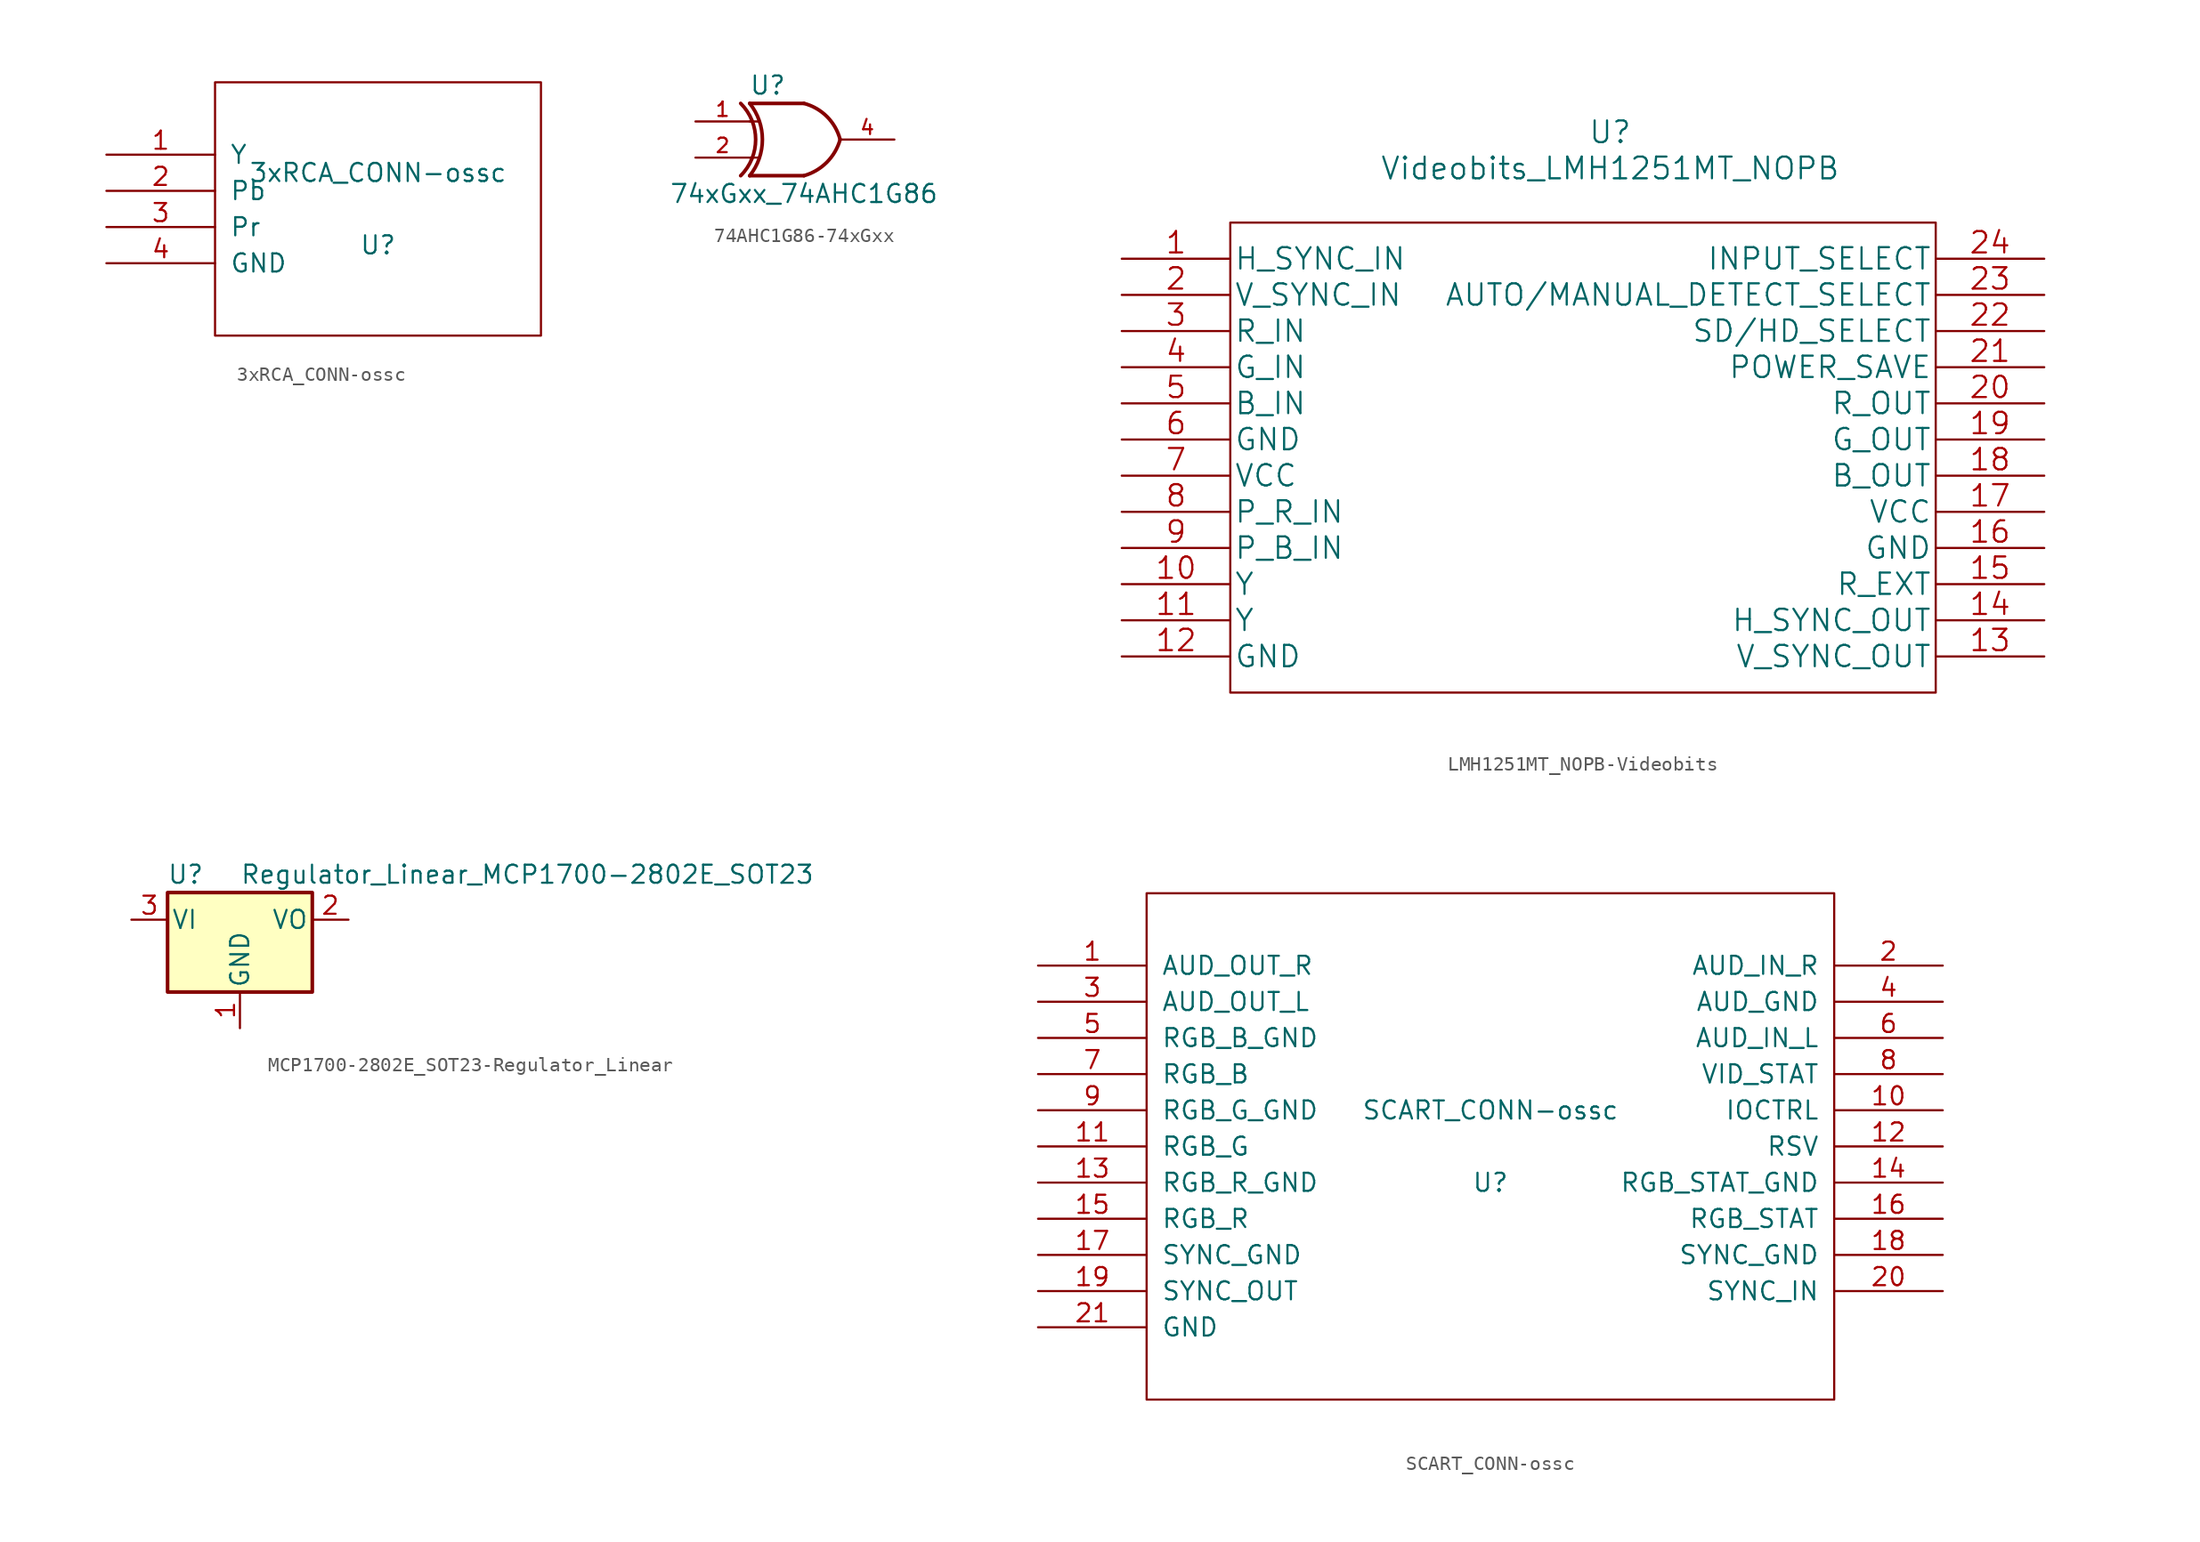
<source format=kicad_sym>
(kicad_symbol_lib
  (version 20231120)
  (generator "kicad_symbol_editor")
  (generator_version "8.0")
  (symbol "3xRCA_CONN-ossc"
    (pin_names
      (offset 1.016))
    (property "Reference" "U"
      (at 0 -2.54 0)
      (effects (font (size 1.27 1.27))))
    (property "Value" "3xRCA_CONN-ossc"
      (at 0 2.54 0)
      (effects (font (size 1.27 1.27))))
    (symbol "3xRCA_CONN-ossc_1_0"
      (rectangle (start -11.43 -8.89) (end 11.43 8.89) (stroke (width 0) (type solid)) (fill (type none))))
    (symbol "3xRCA_CONN-ossc_1_1"
      (pin output line (at -19.05 3.81 0) (length 7.62) (name "Y" (effects (font (size 1.27 1.27)))) (number "1" (effects (font (size 1.27 1.27)))))
      (pin output line (at -19.05 1.27 0) (length 7.62) (name "Pb" (effects (font (size 1.27 1.27)))) (number "2" (effects (font (size 1.27 1.27)))))
      (pin output line (at -19.05 -1.27 0) (length 7.62) (name "Pr" (effects (font (size 1.27 1.27)))) (number "3" (effects (font (size 1.27 1.27)))))
      (pin power_in line (at -19.05 -3.81 0) (length 7.62) (name "GND" (effects (font (size 1.27 1.27)))) (number "4" (effects (font (size 1.27 1.27)))))))
  (symbol "74AHC1G86-74xGxx"
    (pin_names
      (offset 1.016))
    (property "Reference" "U"
      (at -2.54 3.81 0)
      (effects (font (size 1.27 1.27))))
    (property "Value" "74xGxx_74AHC1G86"
      (at 0 -3.81 0)
      (effects (font (size 1.27 1.27))))
    (symbol "74AHC1G86-74xGxx_0_1"
      (arc (start -4.445 -2.54) (mid -3.3929 0) (end -4.445 2.54) (stroke (width 0.254) (type solid)) (fill (type none)))
      (arc (start -3.81 -2.54) (mid -2.919 0) (end -3.81 2.54) (stroke (width 0.254) (type solid)) (fill (type none)))
      (arc (start 0 -2.54) (mid 1.5993 -1.6027) (end 2.54 0) (stroke (width 0.254) (type solid)) (fill (type none)))
      (polyline (pts (xy -3.81 -1.27) (xy -3.175 -1.27)) (stroke (width 0) (type solid)) (fill (type none)))
      (polyline (pts (xy -3.81 1.27) (xy -3.175 1.27)) (stroke (width 0) (type solid)) (fill (type none)))
      (polyline (pts (xy 0 -2.54) (xy -3.81 -2.54)) (stroke (width 0.254) (type solid)) (fill (type background)))
      (polyline (pts (xy 0 2.54) (xy -3.81 2.54)) (stroke (width 0.254) (type solid)) (fill (type background)))
      (arc (start 2.54 0) (mid 1.6119 1.6152) (end 0 2.54) (stroke (width 0.254) (type solid)) (fill (type none))))
    (symbol "74AHC1G86-74xGxx_1_1"
      (pin input line (at -7.62 1.27 0) (length 3.81) (name "~" (effects (font (size 1.016 1.016)))) (number "1" (effects (font (size 1.016 1.016)))))
      (pin input line (at -7.62 -1.27 0) (length 3.81) (name "~" (effects (font (size 1.016 1.016)))) (number "2" (effects (font (size 1.016 1.016)))))
      (pin power_in line (at 0 -2.54 270) (length 0) hide (name "GND" (effects (font (size 1.016 1.016)))) (number "3" (effects (font (size 1.016 1.016)))))
      (pin output line (at 6.35 0 180) (length 3.81) (name "~" (effects (font (size 1.016 1.016)))) (number "4" (effects (font (size 1.016 1.016)))))
      (pin power_in line (at 0 2.54 90) (length 0) hide (name "VCC" (effects (font (size 1.016 1.016)))) (number "5" (effects (font (size 1.016 1.016)))))))
  (symbol "LMH1251MT_NOPB-Videobits"
    (pin_names
      (offset 0.254))
    (property "Reference" "U"
      (at 58.42 10.16 0)
      (effects (font (size 1.524 1.524))))
    (property "Value" "Videobits_LMH1251MT_NOPB"
      (at 58.42 7.62 0)
      (effects (font (size 1.524 1.524))))
    (property "Datasheet" ""
      (at 24.13 1.27 0)
      (effects (font (size 1.524 1.524))))
    (symbol "LMH1251MT_NOPB-Videobits_0_1"
      (polyline (pts (xy 31.75 3.81) (xy 31.75 -29.21) (xy 81.28 -29.21) (xy 81.28 3.81) (xy 31.75 3.81)) (stroke (width 0) (type solid)) (fill (type none))))
    (symbol "LMH1251MT_NOPB-Videobits_1_0"
      (pin input line (at 24.13 1.27 0) (length 7.62) (name "H_SYNC_IN" (effects (font (size 1.499 1.499)))) (number "1" (effects (font (size 1.499 1.499)))))
      (pin input line (at 24.13 -21.59 0) (length 7.62) (name "Y" (effects (font (size 1.499 1.499)))) (number "10" (effects (font (size 1.499 1.499)))))
      (pin input line (at 24.13 -24.13 0) (length 7.62) (name "Y" (effects (font (size 1.499 1.499)))) (number "11" (effects (font (size 1.499 1.499)))))
      (pin power_in line (at 24.13 -26.67 0) (length 7.62) (name "GND" (effects (font (size 1.499 1.499)))) (number "12" (effects (font (size 1.499 1.499)))))
      (pin output line (at 88.9 -26.67 180) (length 7.62) (name "V_SYNC_OUT" (effects (font (size 1.499 1.499)))) (number "13" (effects (font (size 1.499 1.499)))))
      (pin output line (at 88.9 -24.13 180) (length 7.62) (name "H_SYNC_OUT" (effects (font (size 1.499 1.499)))) (number "14" (effects (font (size 1.499 1.499)))))
      (pin unspecified line (at 88.9 -21.59 180) (length 7.62) (name "R_EXT" (effects (font (size 1.499 1.499)))) (number "15" (effects (font (size 1.499 1.499)))))
      (pin power_in line (at 88.9 -19.05 180) (length 7.62) (name "GND" (effects (font (size 1.499 1.499)))) (number "16" (effects (font (size 1.499 1.499)))))
      (pin power_in line (at 88.9 -16.51 180) (length 7.62) (name "VCC" (effects (font (size 1.499 1.499)))) (number "17" (effects (font (size 1.499 1.499)))))
      (pin output line (at 88.9 -13.97 180) (length 7.62) (name "B_OUT" (effects (font (size 1.499 1.499)))) (number "18" (effects (font (size 1.499 1.499)))))
      (pin output line (at 88.9 -11.43 180) (length 7.62) (name "G_OUT" (effects (font (size 1.499 1.499)))) (number "19" (effects (font (size 1.499 1.499)))))
      (pin input line (at 24.13 -1.27 0) (length 7.62) (name "V_SYNC_IN" (effects (font (size 1.499 1.499)))) (number "2" (effects (font (size 1.499 1.499)))))
      (pin output line (at 88.9 -8.89 180) (length 7.62) (name "R_OUT" (effects (font (size 1.499 1.499)))) (number "20" (effects (font (size 1.499 1.499)))))
      (pin unspecified line (at 88.9 -6.35 180) (length 7.62) (name "POWER_SAVE" (effects (font (size 1.499 1.499)))) (number "21" (effects (font (size 1.499 1.499)))))
      (pin unspecified line (at 88.9 -3.81 180) (length 7.62) (name "SD/HD_SELECT" (effects (font (size 1.499 1.499)))) (number "22" (effects (font (size 1.499 1.499)))))
      (pin unspecified line (at 88.9 -1.27 180) (length 7.62) (name "AUTO/MANUAL_DETECT_SELECT" (effects (font (size 1.499 1.499)))) (number "23" (effects (font (size 1.499 1.499)))))
      (pin unspecified line (at 88.9 1.27 180) (length 7.62) (name "INPUT_SELECT" (effects (font (size 1.499 1.499)))) (number "24" (effects (font (size 1.499 1.499)))))
      (pin input line (at 24.13 -3.81 0) (length 7.62) (name "R_IN" (effects (font (size 1.499 1.499)))) (number "3" (effects (font (size 1.499 1.499)))))
      (pin input line (at 24.13 -6.35 0) (length 7.62) (name "G_IN" (effects (font (size 1.499 1.499)))) (number "4" (effects (font (size 1.499 1.499)))))
      (pin input line (at 24.13 -8.89 0) (length 7.62) (name "B_IN" (effects (font (size 1.499 1.499)))) (number "5" (effects (font (size 1.499 1.499)))))
      (pin power_in line (at 24.13 -11.43 0) (length 7.62) (name "GND" (effects (font (size 1.499 1.499)))) (number "6" (effects (font (size 1.499 1.499)))))
      (pin power_in line (at 24.13 -13.97 0) (length 7.62) (name "VCC" (effects (font (size 1.499 1.499)))) (number "7" (effects (font (size 1.499 1.499)))))
      (pin input line (at 24.13 -16.51 0) (length 7.62) (name "P_R_IN" (effects (font (size 1.499 1.499)))) (number "8" (effects (font (size 1.499 1.499)))))
      (pin input line (at 24.13 -19.05 0) (length 7.62) (name "P_B_IN" (effects (font (size 1.499 1.499)))) (number "9" (effects (font (size 1.499 1.499)))))))
  (symbol "MCP1700-2802E_SOT23-Regulator_Linear"
    (pin_names
      (offset 0.254))
    (property "Reference" "U"
      (at -3.81 3.175 0)
      (effects (font (size 1.27 1.27))))
    (property "Value" "Regulator_Linear_MCP1700-2802E_SOT23"
      (at 0 3.175 0)
      (effects (font (size 1.27 1.27)) (justify left)))
    (symbol "MCP1700-2802E_SOT23-Regulator_Linear_0_1"
      (rectangle (start -5.08 1.905) (end 5.08 -5.08) (stroke (width 0.254) (type solid)) (fill (type background))))
    (symbol "MCP1700-2802E_SOT23-Regulator_Linear_1_1"
      (pin power_in line (at 0 -7.62 90) (length 2.54) (name "GND" (effects (font (size 1.27 1.27)))) (number "1" (effects (font (size 1.27 1.27)))))
      (pin power_out line (at 7.62 0 180) (length 2.54) (name "VO" (effects (font (size 1.27 1.27)))) (number "2" (effects (font (size 1.27 1.27)))))
      (pin power_in line (at -7.62 0 0) (length 2.54) (name "VI" (effects (font (size 1.27 1.27)))) (number "3" (effects (font (size 1.27 1.27)))))))
  (symbol "SCART_CONN-ossc"
    (pin_names
      (offset 1.016))
    (property "Reference" "U"
      (at 0 -2.54 0)
      (effects (font (size 1.27 1.27))))
    (property "Value" "SCART_CONN-ossc"
      (at 0 2.54 0)
      (effects (font (size 1.27 1.27))))
    (symbol "SCART_CONN-ossc_1_0"
      (rectangle (start -24.13 -17.78) (end 24.13 17.78) (stroke (width 0) (type solid)) (fill (type none))))
    (symbol "SCART_CONN-ossc_1_1"
      (pin input line (at -31.75 12.7 0) (length 7.62) (name "AUD_OUT_R" (effects (font (size 1.27 1.27)))) (number "1" (effects (font (size 1.27 1.27)))))
      (pin output line (at 31.75 2.54 180) (length 7.62) (name "IOCTRL" (effects (font (size 1.27 1.27)))) (number "10" (effects (font (size 1.27 1.27)))))
      (pin output line (at -31.75 0 0) (length 7.62) (name "RGB_G" (effects (font (size 1.27 1.27)))) (number "11" (effects (font (size 1.27 1.27)))))
      (pin output line (at 31.75 0 180) (length 7.62) (name "RSV" (effects (font (size 1.27 1.27)))) (number "12" (effects (font (size 1.27 1.27)))))
      (pin power_in line (at -31.75 -2.54 0) (length 7.62) (name "RGB_R_GND" (effects (font (size 1.27 1.27)))) (number "13" (effects (font (size 1.27 1.27)))))
      (pin power_in line (at 31.75 -2.54 180) (length 7.62) (name "RGB_STAT_GND" (effects (font (size 1.27 1.27)))) (number "14" (effects (font (size 1.27 1.27)))))
      (pin output line (at -31.75 -5.08 0) (length 7.62) (name "RGB_R" (effects (font (size 1.27 1.27)))) (number "15" (effects (font (size 1.27 1.27)))))
      (pin output line (at 31.75 -5.08 180) (length 7.62) (name "RGB_STAT" (effects (font (size 1.27 1.27)))) (number "16" (effects (font (size 1.27 1.27)))))
      (pin output line (at -31.75 -7.62 0) (length 7.62) (name "SYNC_GND" (effects (font (size 1.27 1.27)))) (number "17" (effects (font (size 1.27 1.27)))))
      (pin output line (at 31.75 -7.62 180) (length 7.62) (name "SYNC_GND" (effects (font (size 1.27 1.27)))) (number "18" (effects (font (size 1.27 1.27)))))
      (pin input line (at -31.75 -10.16 0) (length 7.62) (name "SYNC_OUT" (effects (font (size 1.27 1.27)))) (number "19" (effects (font (size 1.27 1.27)))))
      (pin output line (at 31.75 12.7 180) (length 7.62) (name "AUD_IN_R" (effects (font (size 1.27 1.27)))) (number "2" (effects (font (size 1.27 1.27)))))
      (pin output line (at 31.75 -10.16 180) (length 7.62) (name "SYNC_IN" (effects (font (size 1.27 1.27)))) (number "20" (effects (font (size 1.27 1.27)))))
      (pin power_in line (at -31.75 -12.7 0) (length 7.62) (name "GND" (effects (font (size 1.27 1.27)))) (number "21" (effects (font (size 1.27 1.27)))))
      (pin input line (at -31.75 10.16 0) (length 7.62) (name "AUD_OUT_L" (effects (font (size 1.27 1.27)))) (number "3" (effects (font (size 1.27 1.27)))))
      (pin power_in line (at 31.75 10.16 180) (length 7.62) (name "AUD_GND" (effects (font (size 1.27 1.27)))) (number "4" (effects (font (size 1.27 1.27)))))
      (pin power_in line (at -31.75 7.62 0) (length 7.62) (name "RGB_B_GND" (effects (font (size 1.27 1.27)))) (number "5" (effects (font (size 1.27 1.27)))))
      (pin output line (at 31.75 7.62 180) (length 7.62) (name "AUD_IN_L" (effects (font (size 1.27 1.27)))) (number "6" (effects (font (size 1.27 1.27)))))
      (pin output line (at -31.75 5.08 0) (length 7.62) (name "RGB_B" (effects (font (size 1.27 1.27)))) (number "7" (effects (font (size 1.27 1.27)))))
      (pin output line (at 31.75 5.08 180) (length 7.62) (name "VID_STAT" (effects (font (size 1.27 1.27)))) (number "8" (effects (font (size 1.27 1.27)))))
      (pin power_in line (at -31.75 2.54 0) (length 7.62) (name "RGB_G_GND" (effects (font (size 1.27 1.27)))) (number "9" (effects (font (size 1.27 1.27))))))))
</source>
